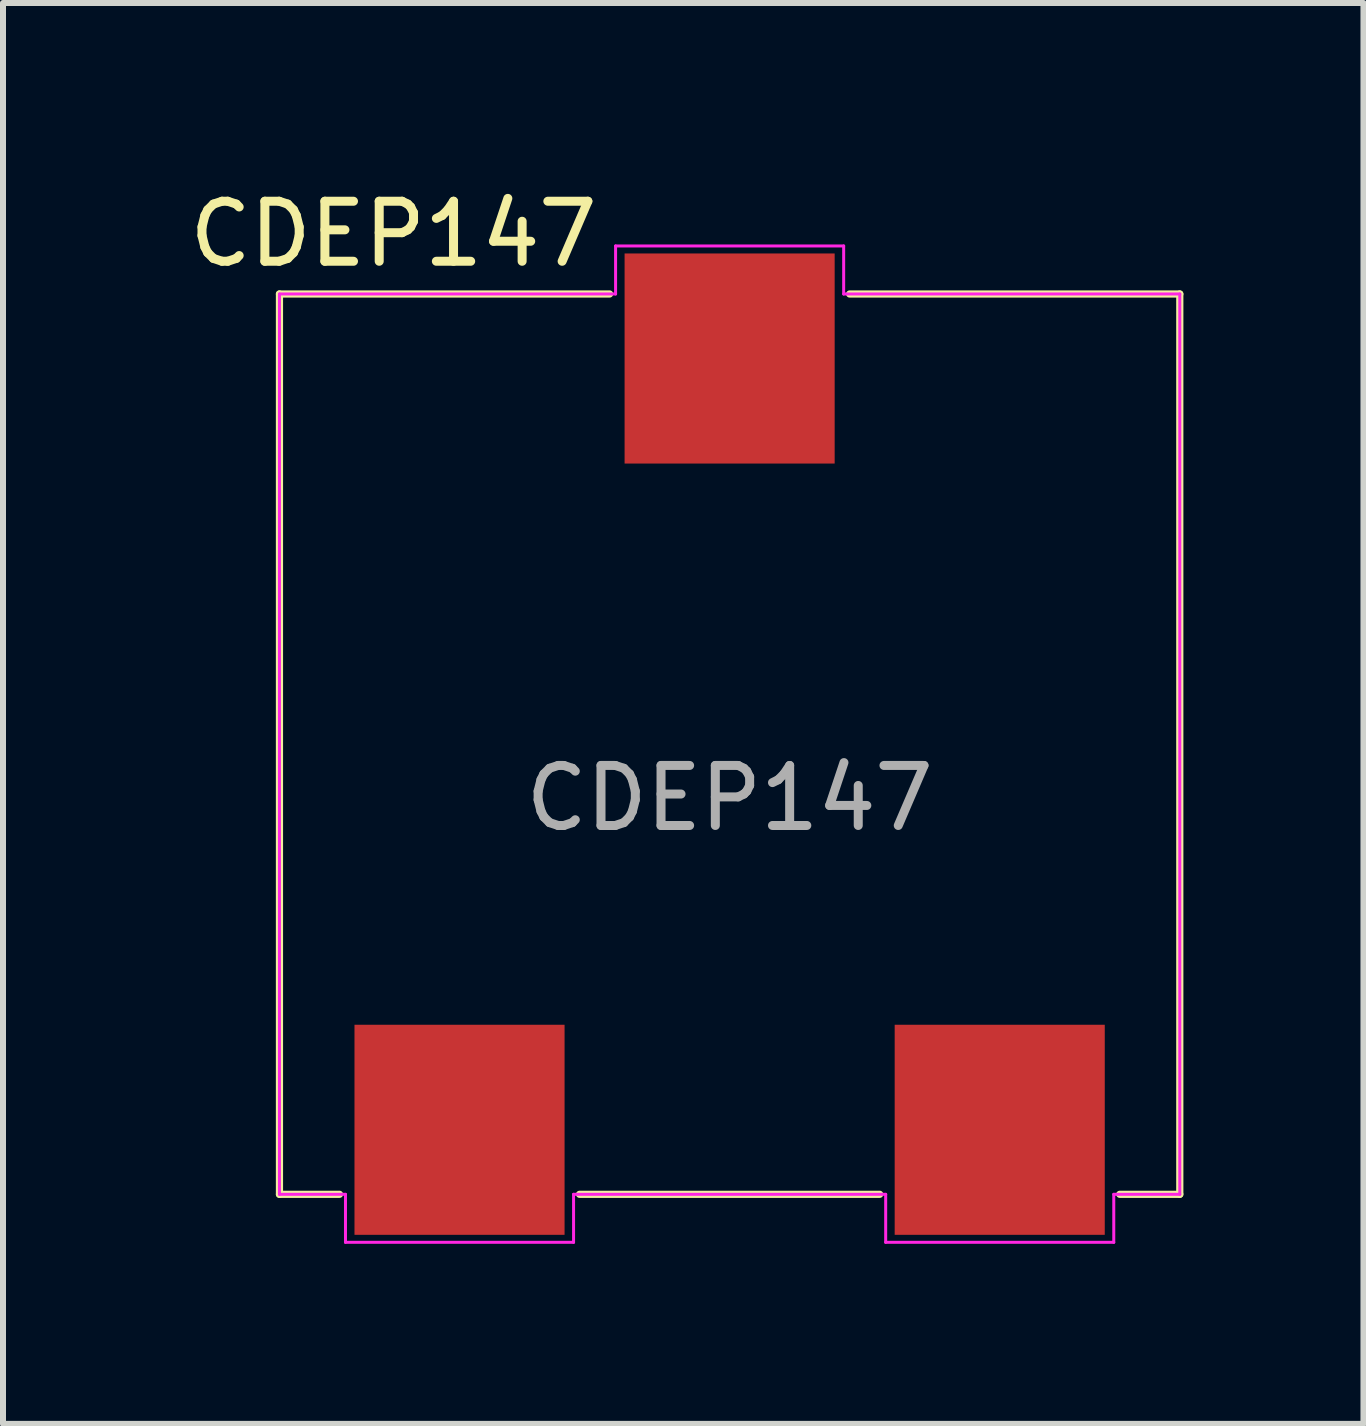
<source format=kicad_pcb>
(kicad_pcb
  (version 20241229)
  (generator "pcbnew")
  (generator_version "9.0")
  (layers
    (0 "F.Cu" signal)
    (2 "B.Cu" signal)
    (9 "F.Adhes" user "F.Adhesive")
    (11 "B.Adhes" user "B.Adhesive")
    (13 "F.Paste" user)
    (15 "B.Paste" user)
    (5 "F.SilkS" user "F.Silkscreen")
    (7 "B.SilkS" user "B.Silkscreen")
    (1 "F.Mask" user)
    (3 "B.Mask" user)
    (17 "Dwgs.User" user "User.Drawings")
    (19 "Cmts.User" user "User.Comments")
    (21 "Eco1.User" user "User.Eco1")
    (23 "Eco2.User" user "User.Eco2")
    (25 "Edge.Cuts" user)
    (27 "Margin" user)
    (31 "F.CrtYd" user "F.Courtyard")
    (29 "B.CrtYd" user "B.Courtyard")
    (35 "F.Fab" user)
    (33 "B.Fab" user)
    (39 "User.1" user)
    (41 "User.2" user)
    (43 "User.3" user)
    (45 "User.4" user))
  (footprint "CDEP147"
    (layer "F.Cu")
    (at 9.106 9.348)
    (property "Reference" "CDEP147" (at -5.6 -8.5 0) (layer "F.SilkS") (effects (font (size 1 1) (thickness 0.15))))
    (attr smd)
    (fp_line (start -7.5 -7.5) (end -2 -7.5) (stroke (width 0.12) (type solid)) (layer "F.SilkS"))
    (fp_line (start -7.5 7.5) (end -7.5 -7.5) (stroke (width 0.12) (type solid)) (layer "F.SilkS"))
    (fp_line (start -6.5 7.5) (end -7.5 7.5) (stroke (width 0.12) (type solid)) (layer "F.SilkS"))
    (fp_line (start 2 -7.5) (end 7.5 -7.5) (stroke (width 0.12) (type solid)) (layer "F.SilkS"))
    (fp_line (start 2.5 7.5) (end -2.5 7.5) (stroke (width 0.12) (type solid)) (layer "F.SilkS"))
    (fp_line (start 7.5 -7.5) (end 7.5 7.5) (stroke (width 0.12) (type solid)) (layer "F.SilkS"))
    (fp_line (start 7.5 7.5) (end 6.5 7.5) (stroke (width 0.12) (type solid)) (layer "F.SilkS"))
    (fp_line (start -7.5 7.5) (end -7.5 -7.5) (stroke (width 0.05) (type solid)) (layer "F.CrtYd"))
    (fp_line (start -7.5 7.5) (end -6.4 7.5) (stroke (width 0.05) (type solid)) (layer "F.CrtYd"))
    (fp_line (start -6.4 7.5) (end -6.4 8.3) (stroke (width 0.05) (type solid)) (layer "F.CrtYd"))
    (fp_line (start -6.4 8.3) (end -2.6 8.3) (stroke (width 0.05) (type solid)) (layer "F.CrtYd"))
    (fp_line (start -2.6 7.5) (end 2.6 7.5) (stroke (width 0.05) (type solid)) (layer "F.CrtYd"))
    (fp_line (start -2.6 8.3) (end -2.6 7.5) (stroke (width 0.05) (type solid)) (layer "F.CrtYd"))
    (fp_line (start -1.9 -8.3) (end 1.9 -8.3) (stroke (width 0.05) (type solid)) (layer "F.CrtYd"))
    (fp_line (start -1.9 -7.5) (end -7.5 -7.5) (stroke (width 0.05) (type solid)) (layer "F.CrtYd"))
    (fp_line (start -1.9 -7.5) (end -1.9 -8.3) (stroke (width 0.05) (type solid)) (layer "F.CrtYd"))
    (fp_line (start 1.9 -8.3) (end 1.9 -7.5) (stroke (width 0.05) (type solid)) (layer "F.CrtYd"))
    (fp_line (start 1.9 -7.5) (end 7.5 -7.5) (stroke (width 0.05) (type solid)) (layer "F.CrtYd"))
    (fp_line (start 2.6 8.3) (end 2.6 7.5) (stroke (width 0.05) (type solid)) (layer "F.CrtYd"))
    (fp_line (start 2.6 8.3) (end 6.4 8.3) (stroke (width 0.05) (type solid)) (layer "F.CrtYd"))
    (fp_line (start 6.4 7.5) (end 7.5 7.5) (stroke (width 0.05) (type solid)) (layer "F.CrtYd"))
    (fp_line (start 6.4 8.3) (end 6.4 7.5) (stroke (width 0.05) (type solid)) (layer "F.CrtYd"))
    (fp_line (start 7.5 -7.5) (end 7.5 7.5) (stroke (width 0.05) (type solid)) (layer "F.CrtYd"))
    (fp_text user "${REFERENCE}" (at 0 0.9 0) (layer "F.Fab") (effects (font (size 1 1) (thickness 0.15))))
    (pad "" smd rect (at 0 -6.425) (size 3.5 3.5) (layers "F.Cu" "F.Mask" "F.Paste"))
    (pad "1" smd rect (at -4.5 6.425) (size 3.5 3.5) (layers "F.Cu" "F.Mask" "F.Paste"))
    (pad "2" smd rect (at 4.5 6.425) (size 3.5 3.5) (layers "F.Cu" "F.Mask" "F.Paste")))
  (gr_rect
    (start -3 -3)
    (end 19.666 20.673)
    (stroke (width 0.1) (type default))
    (fill no)
    (layer "Edge.Cuts")))
</source>
